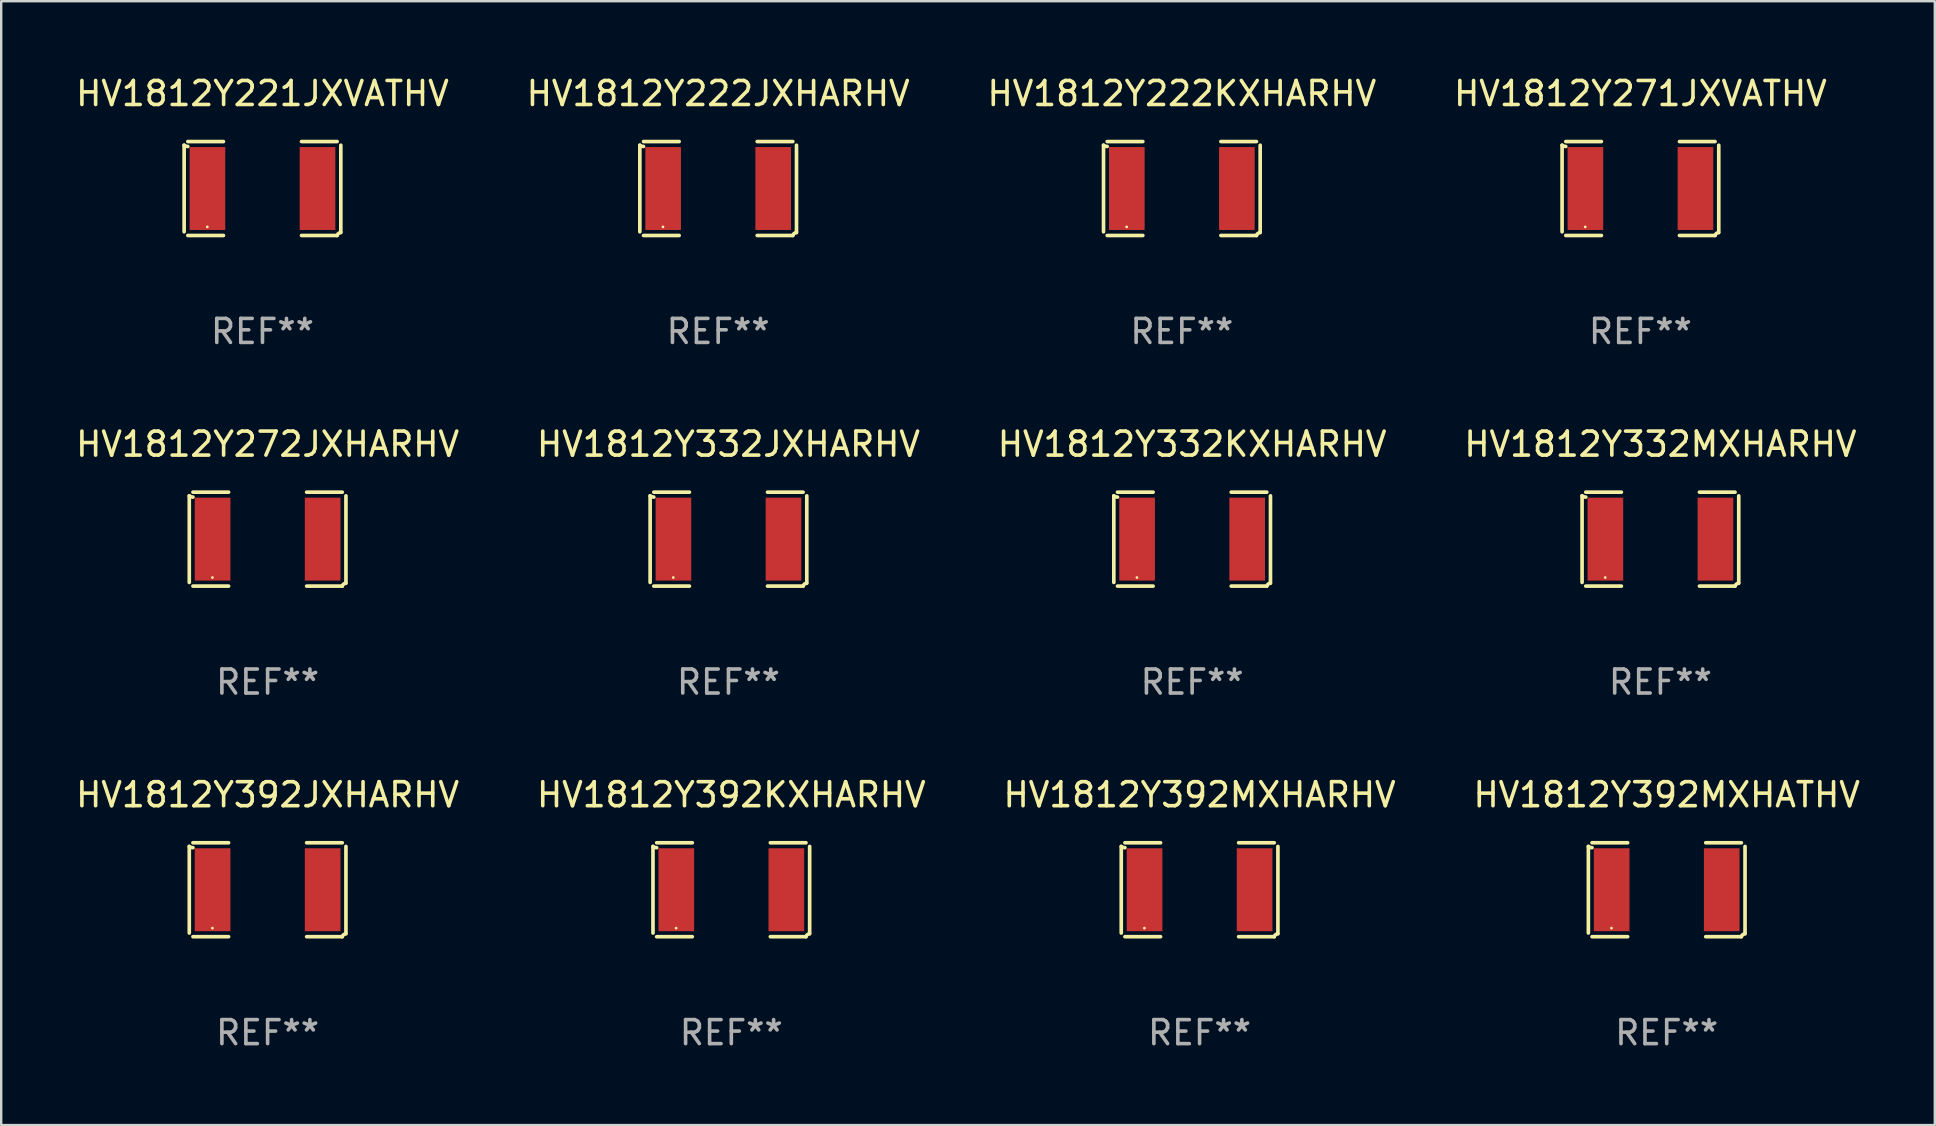
<source format=kicad_pcb>
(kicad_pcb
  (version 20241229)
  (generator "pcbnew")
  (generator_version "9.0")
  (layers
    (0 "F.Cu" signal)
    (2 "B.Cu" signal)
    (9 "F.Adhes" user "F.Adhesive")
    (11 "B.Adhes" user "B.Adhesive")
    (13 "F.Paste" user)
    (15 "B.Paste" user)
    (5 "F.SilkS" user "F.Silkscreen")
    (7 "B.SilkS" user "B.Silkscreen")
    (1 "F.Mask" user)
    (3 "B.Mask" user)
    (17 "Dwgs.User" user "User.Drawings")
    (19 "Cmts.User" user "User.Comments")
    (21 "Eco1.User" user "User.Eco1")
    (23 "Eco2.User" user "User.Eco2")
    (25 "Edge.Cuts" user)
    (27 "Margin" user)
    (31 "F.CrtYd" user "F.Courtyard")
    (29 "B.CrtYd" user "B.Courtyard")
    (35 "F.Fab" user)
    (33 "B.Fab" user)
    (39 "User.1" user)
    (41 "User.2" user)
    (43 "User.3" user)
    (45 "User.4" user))
  (footprint "HV1812Y222KXHARHV"
    (layer "F.Cu")
    (at 46.196 4.805)
    (property "Reference" "HV1812Y222KXHARHV" (at 0 -3.957 0) (layer "F.SilkS") (effects (font (size 1 1) (thickness 0.15))))
    (attr through_hole)
    (fp_line (start -3.264 1.804) (end -3.264 -1.804) (stroke (width 0.152) (type solid)) (layer "F.SilkS"))
    (fp_line (start -3.111 -1.957) (end -1.626 -1.957) (stroke (width 0.152) (type solid)) (layer "F.SilkS"))
    (fp_line (start -1.626 1.957) (end -3.111 1.957) (stroke (width 0.152) (type solid)) (layer "F.SilkS"))
    (fp_line (start 1.626 1.957) (end 3.111 1.957) (stroke (width 0.152) (type solid)) (layer "F.SilkS"))
    (fp_line (start 3.111 -1.957) (end 1.626 -1.957) (stroke (width 0.152) (type solid)) (layer "F.SilkS"))
    (fp_line (start 3.264 1.804) (end 3.264 -1.804) (stroke (width 0.152) (type solid)) (layer "F.SilkS"))
    (fp_arc (start -3.111202 -1.752192) (mid -3.191715 -1.76555) (end -3.263602 -1.804191) (stroke (width 0.1524) (type solid)) (layer "F.SilkS"))
    (fp_arc (start 3.111201 1.956591) (mid 3.167789 1.872777) (end 3.263602 1.840424) (stroke (width 0.1524) (type solid)) (layer "F.SilkS"))
    (fp_circle (center -2.3 1.6) (end -2.27 1.6) (stroke (width 0.06) (type solid)) (fill no) (layer "F.SilkS"))
    (fp_text user "REF**" (at 0 5.957 0) (layer "F.Fab") (effects (font (size 1 1) (thickness 0.15))))
    (pad "1" smd rect (at -2.293 0) (size 1.485 3.456) (layers "F.Cu" "F.Mask" "F.Paste"))
    (pad "2" smd rect (at 2.293 0) (size 1.485 3.456) (layers "F.Cu" "F.Mask" "F.Paste")))
  (footprint "HV1812Y271JXVATHV"
    (layer "F.Cu")
    (at 65.304 4.805)
    (property "Reference" "HV1812Y271JXVATHV" (at 0 -3.957 0) (layer "F.SilkS") (effects (font (size 1 1) (thickness 0.15))))
    (attr through_hole)
    (fp_line (start -3.264 1.804) (end -3.264 -1.804) (stroke (width 0.152) (type solid)) (layer "F.SilkS"))
    (fp_line (start -3.111 -1.957) (end -1.626 -1.957) (stroke (width 0.152) (type solid)) (layer "F.SilkS"))
    (fp_line (start -1.626 1.957) (end -3.111 1.957) (stroke (width 0.152) (type solid)) (layer "F.SilkS"))
    (fp_line (start 1.626 1.957) (end 3.111 1.957) (stroke (width 0.152) (type solid)) (layer "F.SilkS"))
    (fp_line (start 3.111 -1.957) (end 1.626 -1.957) (stroke (width 0.152) (type solid)) (layer "F.SilkS"))
    (fp_line (start 3.264 1.804) (end 3.264 -1.804) (stroke (width 0.152) (type solid)) (layer "F.SilkS"))
    (fp_arc (start -3.111202 -1.752192) (mid -3.191715 -1.76555) (end -3.263602 -1.804191) (stroke (width 0.1524) (type solid)) (layer "F.SilkS"))
    (fp_arc (start 3.111201 1.956591) (mid 3.167789 1.872777) (end 3.263602 1.840424) (stroke (width 0.1524) (type solid)) (layer "F.SilkS"))
    (fp_circle (center -2.3 1.6) (end -2.27 1.6) (stroke (width 0.06) (type solid)) (fill no) (layer "F.SilkS"))
    (fp_text user "REF**" (at 0 5.957 0) (layer "F.Fab") (effects (font (size 1 1) (thickness 0.15))))
    (pad "1" smd rect (at -2.293 0) (size 1.485 3.456) (layers "F.Cu" "F.Mask" "F.Paste"))
    (pad "2" smd rect (at 2.293 0) (size 1.485 3.456) (layers "F.Cu" "F.Mask" "F.Paste")))
  (footprint "HV1812Y221JXVATHV"
    (layer "F.Cu")
    (at 7.887 4.805)
    (property "Reference" "HV1812Y221JXVATHV" (at 0 -3.957 0) (layer "F.SilkS") (effects (font (size 1 1) (thickness 0.15))))
    (attr through_hole)
    (fp_line (start -3.264 1.804) (end -3.264 -1.804) (stroke (width 0.152) (type solid)) (layer "F.SilkS"))
    (fp_line (start -3.111 -1.957) (end -1.626 -1.957) (stroke (width 0.152) (type solid)) (layer "F.SilkS"))
    (fp_line (start -1.626 1.957) (end -3.111 1.957) (stroke (width 0.152) (type solid)) (layer "F.SilkS"))
    (fp_line (start 1.626 1.957) (end 3.111 1.957) (stroke (width 0.152) (type solid)) (layer "F.SilkS"))
    (fp_line (start 3.111 -1.957) (end 1.626 -1.957) (stroke (width 0.152) (type solid)) (layer "F.SilkS"))
    (fp_line (start 3.264 1.804) (end 3.264 -1.804) (stroke (width 0.152) (type solid)) (layer "F.SilkS"))
    (fp_arc (start -3.111202 -1.752192) (mid -3.191715 -1.76555) (end -3.263602 -1.804191) (stroke (width 0.1524) (type solid)) (layer "F.SilkS"))
    (fp_arc (start 3.111201 1.956591) (mid 3.167789 1.872777) (end 3.263602 1.840424) (stroke (width 0.1524) (type solid)) (layer "F.SilkS"))
    (fp_circle (center -2.3 1.6) (end -2.27 1.6) (stroke (width 0.06) (type solid)) (fill no) (layer "F.SilkS"))
    (fp_text user "REF**" (at 0 5.957 0) (layer "F.Fab") (effects (font (size 1 1) (thickness 0.15))))
    (pad "1" smd rect (at -2.293 0) (size 1.485 3.456) (layers "F.Cu" "F.Mask" "F.Paste"))
    (pad "2" smd rect (at 2.293 0) (size 1.485 3.456) (layers "F.Cu" "F.Mask" "F.Paste")))
  (footprint "HV1812Y332KXHARHV"
    (layer "F.Cu")
    (at 46.625 19.415)
    (property "Reference" "HV1812Y332KXHARHV" (at 0 -3.957 0) (layer "F.SilkS") (effects (font (size 1 1) (thickness 0.15))))
    (attr through_hole)
    (fp_line (start -3.264 1.804) (end -3.264 -1.804) (stroke (width 0.152) (type solid)) (layer "F.SilkS"))
    (fp_line (start -3.111 -1.957) (end -1.626 -1.957) (stroke (width 0.152) (type solid)) (layer "F.SilkS"))
    (fp_line (start -1.626 1.957) (end -3.111 1.957) (stroke (width 0.152) (type solid)) (layer "F.SilkS"))
    (fp_line (start 1.626 1.957) (end 3.111 1.957) (stroke (width 0.152) (type solid)) (layer "F.SilkS"))
    (fp_line (start 3.111 -1.957) (end 1.626 -1.957) (stroke (width 0.152) (type solid)) (layer "F.SilkS"))
    (fp_line (start 3.264 1.804) (end 3.264 -1.804) (stroke (width 0.152) (type solid)) (layer "F.SilkS"))
    (fp_arc (start -3.111202 -1.752192) (mid -3.191715 -1.76555) (end -3.263602 -1.804191) (stroke (width 0.1524) (type solid)) (layer "F.SilkS"))
    (fp_arc (start 3.111201 1.956591) (mid 3.167789 1.872777) (end 3.263602 1.840424) (stroke (width 0.1524) (type solid)) (layer "F.SilkS"))
    (fp_circle (center -2.3 1.6) (end -2.27 1.6) (stroke (width 0.06) (type solid)) (fill no) (layer "F.SilkS"))
    (fp_text user "REF**" (at 0 5.957 0) (layer "F.Fab") (effects (font (size 1 1) (thickness 0.15))))
    (pad "1" smd rect (at -2.293 0) (size 1.485 3.456) (layers "F.Cu" "F.Mask" "F.Paste"))
    (pad "2" smd rect (at 2.293 0) (size 1.485 3.456) (layers "F.Cu" "F.Mask" "F.Paste")))
  (footprint "HV1812Y392MXHATHV"
    (layer "F.Cu")
    (at 66.399 34.024)
    (property "Reference" "HV1812Y392MXHATHV" (at 0 -3.957 0) (layer "F.SilkS") (effects (font (size 1 1) (thickness 0.15))))
    (attr through_hole)
    (fp_line (start -3.264 1.804) (end -3.264 -1.804) (stroke (width 0.152) (type solid)) (layer "F.SilkS"))
    (fp_line (start -3.111 -1.957) (end -1.626 -1.957) (stroke (width 0.152) (type solid)) (layer "F.SilkS"))
    (fp_line (start -1.626 1.957) (end -3.111 1.957) (stroke (width 0.152) (type solid)) (layer "F.SilkS"))
    (fp_line (start 1.626 1.957) (end 3.111 1.957) (stroke (width 0.152) (type solid)) (layer "F.SilkS"))
    (fp_line (start 3.111 -1.957) (end 1.626 -1.957) (stroke (width 0.152) (type solid)) (layer "F.SilkS"))
    (fp_line (start 3.264 1.804) (end 3.264 -1.804) (stroke (width 0.152) (type solid)) (layer "F.SilkS"))
    (fp_arc (start -3.111202 -1.752192) (mid -3.191715 -1.76555) (end -3.263602 -1.804191) (stroke (width 0.1524) (type solid)) (layer "F.SilkS"))
    (fp_arc (start 3.111201 1.956591) (mid 3.167789 1.872777) (end 3.263602 1.840424) (stroke (width 0.1524) (type solid)) (layer "F.SilkS"))
    (fp_circle (center -2.3 1.6) (end -2.27 1.6) (stroke (width 0.06) (type solid)) (fill no) (layer "F.SilkS"))
    (fp_text user "REF**" (at 0 5.957 0) (layer "F.Fab") (effects (font (size 1 1) (thickness 0.15))))
    (pad "1" smd rect (at -2.293 0) (size 1.485 3.456) (layers "F.Cu" "F.Mask" "F.Paste"))
    (pad "2" smd rect (at 2.293 0) (size 1.485 3.456) (layers "F.Cu" "F.Mask" "F.Paste")))
  (footprint "HV1812Y222JXHARHV"
    (layer "F.Cu")
    (at 26.875 4.805)
    (property "Reference" "HV1812Y222JXHARHV" (at 0 -3.957 0) (layer "F.SilkS") (effects (font (size 1 1) (thickness 0.15))))
    (attr through_hole)
    (fp_line (start -3.264 1.804) (end -3.264 -1.804) (stroke (width 0.152) (type solid)) (layer "F.SilkS"))
    (fp_line (start -3.111 -1.957) (end -1.626 -1.957) (stroke (width 0.152) (type solid)) (layer "F.SilkS"))
    (fp_line (start -1.626 1.957) (end -3.111 1.957) (stroke (width 0.152) (type solid)) (layer "F.SilkS"))
    (fp_line (start 1.626 1.957) (end 3.111 1.957) (stroke (width 0.152) (type solid)) (layer "F.SilkS"))
    (fp_line (start 3.111 -1.957) (end 1.626 -1.957) (stroke (width 0.152) (type solid)) (layer "F.SilkS"))
    (fp_line (start 3.264 1.804) (end 3.264 -1.804) (stroke (width 0.152) (type solid)) (layer "F.SilkS"))
    (fp_arc (start -3.111202 -1.752192) (mid -3.191715 -1.76555) (end -3.263602 -1.804191) (stroke (width 0.1524) (type solid)) (layer "F.SilkS"))
    (fp_arc (start 3.111201 1.956591) (mid 3.167789 1.872777) (end 3.263602 1.840424) (stroke (width 0.1524) (type solid)) (layer "F.SilkS"))
    (fp_circle (center -2.3 1.6) (end -2.27 1.6) (stroke (width 0.06) (type solid)) (fill no) (layer "F.SilkS"))
    (fp_text user "REF**" (at 0 5.957 0) (layer "F.Fab") (effects (font (size 1 1) (thickness 0.15))))
    (pad "1" smd rect (at -2.293 0) (size 1.485 3.456) (layers "F.Cu" "F.Mask" "F.Paste"))
    (pad "2" smd rect (at 2.293 0) (size 1.485 3.456) (layers "F.Cu" "F.Mask" "F.Paste")))
  (footprint "HV1812Y332MXHARHV"
    (layer "F.Cu")
    (at 66.137 19.415)
    (property "Reference" "HV1812Y332MXHARHV" (at 0 -3.957 0) (layer "F.SilkS") (effects (font (size 1 1) (thickness 0.15))))
    (attr through_hole)
    (fp_line (start -3.264 1.804) (end -3.264 -1.804) (stroke (width 0.152) (type solid)) (layer "F.SilkS"))
    (fp_line (start -3.111 -1.957) (end -1.626 -1.957) (stroke (width 0.152) (type solid)) (layer "F.SilkS"))
    (fp_line (start -1.626 1.957) (end -3.111 1.957) (stroke (width 0.152) (type solid)) (layer "F.SilkS"))
    (fp_line (start 1.626 1.957) (end 3.111 1.957) (stroke (width 0.152) (type solid)) (layer "F.SilkS"))
    (fp_line (start 3.111 -1.957) (end 1.626 -1.957) (stroke (width 0.152) (type solid)) (layer "F.SilkS"))
    (fp_line (start 3.264 1.804) (end 3.264 -1.804) (stroke (width 0.152) (type solid)) (layer "F.SilkS"))
    (fp_arc (start -3.111202 -1.752192) (mid -3.191715 -1.76555) (end -3.263602 -1.804191) (stroke (width 0.1524) (type solid)) (layer "F.SilkS"))
    (fp_arc (start 3.111201 1.956591) (mid 3.167789 1.872777) (end 3.263602 1.840424) (stroke (width 0.1524) (type solid)) (layer "F.SilkS"))
    (fp_circle (center -2.3 1.6) (end -2.27 1.6) (stroke (width 0.06) (type solid)) (fill no) (layer "F.SilkS"))
    (fp_text user "REF**" (at 0 5.957 0) (layer "F.Fab") (effects (font (size 1 1) (thickness 0.15))))
    (pad "1" smd rect (at -2.293 0) (size 1.485 3.456) (layers "F.Cu" "F.Mask" "F.Paste"))
    (pad "2" smd rect (at 2.293 0) (size 1.485 3.456) (layers "F.Cu" "F.Mask" "F.Paste")))
  (footprint "HV1812Y392JXHARHV"
    (layer "F.Cu")
    (at 8.101 34.024)
    (property "Reference" "HV1812Y392JXHARHV" (at 0 -3.957 0) (layer "F.SilkS") (effects (font (size 1 1) (thickness 0.15))))
    (attr through_hole)
    (fp_line (start -3.264 1.804) (end -3.264 -1.804) (stroke (width 0.152) (type solid)) (layer "F.SilkS"))
    (fp_line (start -3.111 -1.957) (end -1.626 -1.957) (stroke (width 0.152) (type solid)) (layer "F.SilkS"))
    (fp_line (start -1.626 1.957) (end -3.111 1.957) (stroke (width 0.152) (type solid)) (layer "F.SilkS"))
    (fp_line (start 1.626 1.957) (end 3.111 1.957) (stroke (width 0.152) (type solid)) (layer "F.SilkS"))
    (fp_line (start 3.111 -1.957) (end 1.626 -1.957) (stroke (width 0.152) (type solid)) (layer "F.SilkS"))
    (fp_line (start 3.264 1.804) (end 3.264 -1.804) (stroke (width 0.152) (type solid)) (layer "F.SilkS"))
    (fp_arc (start -3.111202 -1.752192) (mid -3.191715 -1.76555) (end -3.263602 -1.804191) (stroke (width 0.1524) (type solid)) (layer "F.SilkS"))
    (fp_arc (start 3.111201 1.956591) (mid 3.167789 1.872777) (end 3.263602 1.840424) (stroke (width 0.1524) (type solid)) (layer "F.SilkS"))
    (fp_circle (center -2.3 1.6) (end -2.27 1.6) (stroke (width 0.06) (type solid)) (fill no) (layer "F.SilkS"))
    (fp_text user "REF**" (at 0 5.957 0) (layer "F.Fab") (effects (font (size 1 1) (thickness 0.15))))
    (pad "1" smd rect (at -2.293 0) (size 1.485 3.456) (layers "F.Cu" "F.Mask" "F.Paste"))
    (pad "2" smd rect (at 2.293 0) (size 1.485 3.456) (layers "F.Cu" "F.Mask" "F.Paste")))
  (footprint "HV1812Y392MXHARHV"
    (layer "F.Cu")
    (at 46.935 34.024)
    (property "Reference" "HV1812Y392MXHARHV" (at 0 -3.957 0) (layer "F.SilkS") (effects (font (size 1 1) (thickness 0.15))))
    (attr through_hole)
    (fp_line (start -3.264 1.804) (end -3.264 -1.804) (stroke (width 0.152) (type solid)) (layer "F.SilkS"))
    (fp_line (start -3.111 -1.957) (end -1.626 -1.957) (stroke (width 0.152) (type solid)) (layer "F.SilkS"))
    (fp_line (start -1.626 1.957) (end -3.111 1.957) (stroke (width 0.152) (type solid)) (layer "F.SilkS"))
    (fp_line (start 1.626 1.957) (end 3.111 1.957) (stroke (width 0.152) (type solid)) (layer "F.SilkS"))
    (fp_line (start 3.111 -1.957) (end 1.626 -1.957) (stroke (width 0.152) (type solid)) (layer "F.SilkS"))
    (fp_line (start 3.264 1.804) (end 3.264 -1.804) (stroke (width 0.152) (type solid)) (layer "F.SilkS"))
    (fp_arc (start -3.111202 -1.752192) (mid -3.191715 -1.76555) (end -3.263602 -1.804191) (stroke (width 0.1524) (type solid)) (layer "F.SilkS"))
    (fp_arc (start 3.111201 1.956591) (mid 3.167789 1.872777) (end 3.263602 1.840424) (stroke (width 0.1524) (type solid)) (layer "F.SilkS"))
    (fp_circle (center -2.3 1.6) (end -2.27 1.6) (stroke (width 0.06) (type solid)) (fill no) (layer "F.SilkS"))
    (fp_text user "REF**" (at 0 5.957 0) (layer "F.Fab") (effects (font (size 1 1) (thickness 0.15))))
    (pad "1" smd rect (at -2.293 0) (size 1.485 3.456) (layers "F.Cu" "F.Mask" "F.Paste"))
    (pad "2" smd rect (at 2.293 0) (size 1.485 3.456) (layers "F.Cu" "F.Mask" "F.Paste")))
  (footprint "HV1812Y392KXHARHV"
    (layer "F.Cu")
    (at 27.423 34.024)
    (property "Reference" "HV1812Y392KXHARHV" (at 0 -3.957 0) (layer "F.SilkS") (effects (font (size 1 1) (thickness 0.15))))
    (attr through_hole)
    (fp_line (start -3.264 1.804) (end -3.264 -1.804) (stroke (width 0.152) (type solid)) (layer "F.SilkS"))
    (fp_line (start -3.111 -1.957) (end -1.626 -1.957) (stroke (width 0.152) (type solid)) (layer "F.SilkS"))
    (fp_line (start -1.626 1.957) (end -3.111 1.957) (stroke (width 0.152) (type solid)) (layer "F.SilkS"))
    (fp_line (start 1.626 1.957) (end 3.111 1.957) (stroke (width 0.152) (type solid)) (layer "F.SilkS"))
    (fp_line (start 3.111 -1.957) (end 1.626 -1.957) (stroke (width 0.152) (type solid)) (layer "F.SilkS"))
    (fp_line (start 3.264 1.804) (end 3.264 -1.804) (stroke (width 0.152) (type solid)) (layer "F.SilkS"))
    (fp_arc (start -3.111202 -1.752192) (mid -3.191715 -1.76555) (end -3.263602 -1.804191) (stroke (width 0.1524) (type solid)) (layer "F.SilkS"))
    (fp_arc (start 3.111201 1.956591) (mid 3.167789 1.872777) (end 3.263602 1.840424) (stroke (width 0.1524) (type solid)) (layer "F.SilkS"))
    (fp_circle (center -2.3 1.6) (end -2.27 1.6) (stroke (width 0.06) (type solid)) (fill no) (layer "F.SilkS"))
    (fp_text user "REF**" (at 0 5.957 0) (layer "F.Fab") (effects (font (size 1 1) (thickness 0.15))))
    (pad "1" smd rect (at -2.293 0) (size 1.485 3.456) (layers "F.Cu" "F.Mask" "F.Paste"))
    (pad "2" smd rect (at 2.293 0) (size 1.485 3.456) (layers "F.Cu" "F.Mask" "F.Paste")))
  (footprint "HV1812Y332JXHARHV"
    (layer "F.Cu")
    (at 27.304 19.415)
    (property "Reference" "HV1812Y332JXHARHV" (at 0 -3.957 0) (layer "F.SilkS") (effects (font (size 1 1) (thickness 0.15))))
    (attr through_hole)
    (fp_line (start -3.264 1.804) (end -3.264 -1.804) (stroke (width 0.152) (type solid)) (layer "F.SilkS"))
    (fp_line (start -3.111 -1.957) (end -1.626 -1.957) (stroke (width 0.152) (type solid)) (layer "F.SilkS"))
    (fp_line (start -1.626 1.957) (end -3.111 1.957) (stroke (width 0.152) (type solid)) (layer "F.SilkS"))
    (fp_line (start 1.626 1.957) (end 3.111 1.957) (stroke (width 0.152) (type solid)) (layer "F.SilkS"))
    (fp_line (start 3.111 -1.957) (end 1.626 -1.957) (stroke (width 0.152) (type solid)) (layer "F.SilkS"))
    (fp_line (start 3.264 1.804) (end 3.264 -1.804) (stroke (width 0.152) (type solid)) (layer "F.SilkS"))
    (fp_arc (start -3.111202 -1.752192) (mid -3.191715 -1.76555) (end -3.263602 -1.804191) (stroke (width 0.1524) (type solid)) (layer "F.SilkS"))
    (fp_arc (start 3.111201 1.956591) (mid 3.167789 1.872777) (end 3.263602 1.840424) (stroke (width 0.1524) (type solid)) (layer "F.SilkS"))
    (fp_circle (center -2.3 1.6) (end -2.27 1.6) (stroke (width 0.06) (type solid)) (fill no) (layer "F.SilkS"))
    (fp_text user "REF**" (at 0 5.957 0) (layer "F.Fab") (effects (font (size 1 1) (thickness 0.15))))
    (pad "1" smd rect (at -2.293 0) (size 1.485 3.456) (layers "F.Cu" "F.Mask" "F.Paste"))
    (pad "2" smd rect (at 2.293 0) (size 1.485 3.456) (layers "F.Cu" "F.Mask" "F.Paste")))
  (footprint "HV1812Y272JXHARHV"
    (layer "F.Cu")
    (at 8.101 19.415)
    (property "Reference" "HV1812Y272JXHARHV" (at 0 -3.957 0) (layer "F.SilkS") (effects (font (size 1 1) (thickness 0.15))))
    (attr through_hole)
    (fp_line (start -3.264 1.804) (end -3.264 -1.804) (stroke (width 0.152) (type solid)) (layer "F.SilkS"))
    (fp_line (start -3.111 -1.957) (end -1.626 -1.957) (stroke (width 0.152) (type solid)) (layer "F.SilkS"))
    (fp_line (start -1.626 1.957) (end -3.111 1.957) (stroke (width 0.152) (type solid)) (layer "F.SilkS"))
    (fp_line (start 1.626 1.957) (end 3.111 1.957) (stroke (width 0.152) (type solid)) (layer "F.SilkS"))
    (fp_line (start 3.111 -1.957) (end 1.626 -1.957) (stroke (width 0.152) (type solid)) (layer "F.SilkS"))
    (fp_line (start 3.264 1.804) (end 3.264 -1.804) (stroke (width 0.152) (type solid)) (layer "F.SilkS"))
    (fp_arc (start -3.111202 -1.752192) (mid -3.191715 -1.76555) (end -3.263602 -1.804191) (stroke (width 0.1524) (type solid)) (layer "F.SilkS"))
    (fp_arc (start 3.111201 1.956591) (mid 3.167789 1.872777) (end 3.263602 1.840424) (stroke (width 0.1524) (type solid)) (layer "F.SilkS"))
    (fp_circle (center -2.3 1.6) (end -2.27 1.6) (stroke (width 0.06) (type solid)) (fill no) (layer "F.SilkS"))
    (fp_text user "REF**" (at 0 5.957 0) (layer "F.Fab") (effects (font (size 1 1) (thickness 0.15))))
    (pad "1" smd rect (at -2.293 0) (size 1.485 3.456) (layers "F.Cu" "F.Mask" "F.Paste"))
    (pad "2" smd rect (at 2.293 0) (size 1.485 3.456) (layers "F.Cu" "F.Mask" "F.Paste")))
  (gr_rect
    (start -3 -3)
    (end 77.571 43.829)
    (stroke (width 0.1) (type default))
    (fill no)
    (layer "Edge.Cuts")))
</source>
